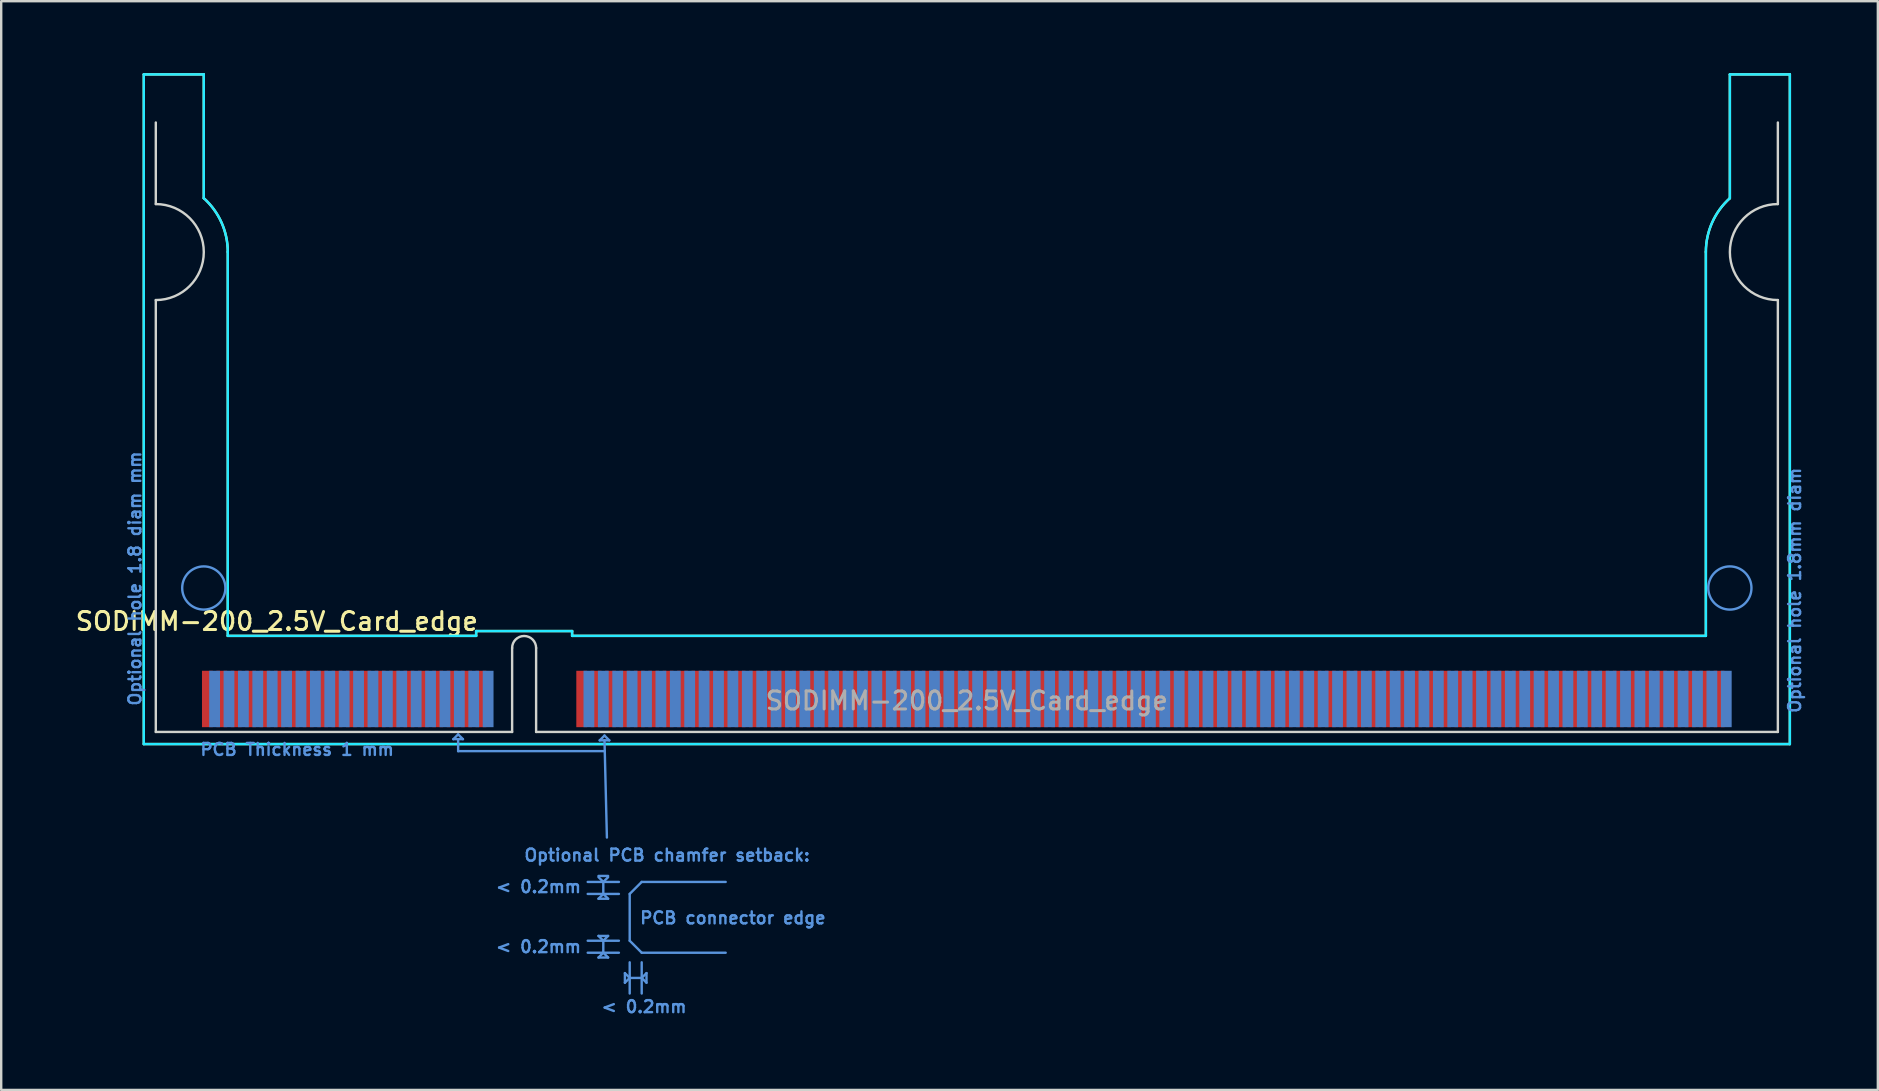
<source format=kicad_pcb>
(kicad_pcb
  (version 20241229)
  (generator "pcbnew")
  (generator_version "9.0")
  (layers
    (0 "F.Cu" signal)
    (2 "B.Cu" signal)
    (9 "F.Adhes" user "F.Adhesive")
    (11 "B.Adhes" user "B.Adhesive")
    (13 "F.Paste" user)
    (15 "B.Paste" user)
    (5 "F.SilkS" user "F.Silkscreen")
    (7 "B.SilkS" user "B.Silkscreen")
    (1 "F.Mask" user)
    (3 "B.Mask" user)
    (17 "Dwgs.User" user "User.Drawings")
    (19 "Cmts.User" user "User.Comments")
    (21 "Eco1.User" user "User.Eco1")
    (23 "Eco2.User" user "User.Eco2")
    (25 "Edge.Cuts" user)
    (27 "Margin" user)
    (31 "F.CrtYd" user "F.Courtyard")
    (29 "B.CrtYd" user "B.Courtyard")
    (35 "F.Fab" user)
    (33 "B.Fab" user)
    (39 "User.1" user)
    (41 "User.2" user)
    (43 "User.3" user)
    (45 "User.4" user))
  (footprint "SODIMM-200_2.5V_Card_edge"
    (layer "F.Cu")
    (at 5.593 26.08)
    (property "Reference" "SODIMM-200_2.5V_Card_edge" (at 2.895 -3.235 0) (layer "F.SilkS") (effects (font (size 0.75 0.75) (thickness 0.125))))
    (attr exclude_from_pos_files exclude_from_bom allow_soldermask_bridges)
    (fp_rect (start -0.352 -1.302) (end 12.7 1.302) (stroke (width 0) (type solid)) (fill yes) (layer "F.Mask"))
    (fp_rect (start 13.7 -1.302) (end 63.352 1.302) (stroke (width 0) (type solid)) (fill yes) (layer "F.Mask"))
    (fp_rect (start -0.052 -1.302) (end 12.7 1.302) (stroke (width 0) (type solid)) (fill yes) (layer "B.Mask"))
    (fp_rect (start 13.7 -1.302) (end 63.652 1.302) (stroke (width 0) (type solid)) (fill yes) (layer "B.Mask"))
    (fp_line (start -2.65 -26.03) (end -2.65 1.88) (stroke (width 0.1) (type default)) (layer "F.SilkS"))
    (fp_line (start -2.65 -26.03) (end -0.15 -26.03) (stroke (width 0.1) (type default)) (layer "F.SilkS"))
    (fp_line (start -0.15 -20.87) (end -0.15 -26.03) (stroke (width 0.1) (type default)) (layer "F.SilkS"))
    (fp_line (start 0.85 -2.63) (end 0.85 -18.63) (stroke (width 0.1) (type default)) (layer "F.SilkS"))
    (fp_line (start 0.85 -2.63) (end 11.2 -2.63) (stroke (width 0.1) (type default)) (layer "F.SilkS"))
    (fp_line (start 11.2 -2.83) (end 15.2 -2.83) (stroke (width 0.1) (type default)) (layer "F.SilkS"))
    (fp_line (start 11.2 -2.63) (end 11.2 -2.83) (stroke (width 0.1) (type default)) (layer "F.SilkS"))
    (fp_line (start 15.2 -2.83) (end 15.2 -2.63) (stroke (width 0.1) (type default)) (layer "F.SilkS"))
    (fp_line (start 15.2 -2.63) (end 62.45 -2.63) (stroke (width 0.1) (type default)) (layer "F.SilkS"))
    (fp_line (start 62.45 -2.63) (end 62.45 -18.63) (stroke (width 0.1) (type default)) (layer "F.SilkS"))
    (fp_line (start 63.45 -20.87) (end 63.45 -26.03) (stroke (width 0.1) (type default)) (layer "F.SilkS"))
    (fp_line (start 65.95 -26.03) (end 63.45 -26.03) (stroke (width 0.1) (type default)) (layer "F.SilkS"))
    (fp_line (start 65.95 -26.03) (end 65.95 1.88) (stroke (width 0.1) (type default)) (layer "F.SilkS"))
    (fp_line (start 65.95 1.88) (end -2.65 1.88) (stroke (width 0.1) (type default)) (layer "F.SilkS"))
    (fp_arc (start -0.15 -20.87) (mid 0.588474 -19.856462) (end 0.85 -18.63) (stroke (width 0.1) (type default)) (layer "F.SilkS"))
    (fp_arc (start 62.45 -18.63) (mid 62.711526 -19.856462) (end 63.45 -20.87) (stroke (width 0.1) (type default)) (layer "F.SilkS"))
    (fp_line (start 10.25 1.675) (end 10.45 1.475) (stroke (width 0.1) (type default)) (layer "Cmts.User"))
    (fp_line (start 10.45 1.475) (end 10.65 1.675) (stroke (width 0.1) (type default)) (layer "Cmts.User"))
    (fp_line (start 10.45 1.675) (end 10.45 2.175) (stroke (width 0.1) (type default)) (layer "Cmts.User"))
    (fp_line (start 10.45 2.175) (end 16.55 2.175) (stroke (width 0.1) (type default)) (layer "Cmts.User"))
    (fp_line (start 10.65 1.675) (end 10.25 1.675) (stroke (width 0.1) (type default)) (layer "Cmts.User"))
    (fp_line (start 15.85 7.625) (end 17.15 7.625) (stroke (width 0.1) (type default)) (layer "Cmts.User"))
    (fp_line (start 15.85 8.125) (end 17.15 8.125) (stroke (width 0.1) (type default)) (layer "Cmts.User"))
    (fp_line (start 15.85 10.075) (end 17.15 10.075) (stroke (width 0.1) (type default)) (layer "Cmts.User"))
    (fp_line (start 15.85 10.575) (end 17.15 10.575) (stroke (width 0.1) (type default)) (layer "Cmts.User"))
    (fp_line (start 16.3 7.375) (end 16.7 7.375) (stroke (width 0.1) (type default)) (layer "Cmts.User"))
    (fp_line (start 16.3 8.325) (end 16.5 8.125) (stroke (width 0.1) (type default)) (layer "Cmts.User"))
    (fp_line (start 16.3 9.875) (end 16.7 9.875) (stroke (width 0.1) (type default)) (layer "Cmts.User"))
    (fp_line (start 16.3 10.775) (end 16.5 10.575) (stroke (width 0.1) (type default)) (layer "Cmts.User"))
    (fp_line (start 16.35 1.725) (end 16.55 1.525) (stroke (width 0.1) (type default)) (layer "Cmts.User"))
    (fp_line (start 16.5 7.625) (end 16.3 7.425) (stroke (width 0.1) (type default)) (layer "Cmts.User"))
    (fp_line (start 16.5 8.125) (end 16.5 7.625) (stroke (width 0.1) (type default)) (layer "Cmts.User"))
    (fp_line (start 16.5 8.125) (end 16.7 8.325) (stroke (width 0.1) (type default)) (layer "Cmts.User"))
    (fp_line (start 16.5 10.075) (end 16.3 9.875) (stroke (width 0.1) (type default)) (layer "Cmts.User"))
    (fp_line (start 16.5 10.575) (end 16.5 10.075) (stroke (width 0.1) (type default)) (layer "Cmts.User"))
    (fp_line (start 16.5 10.575) (end 16.7 10.775) (stroke (width 0.1) (type default)) (layer "Cmts.User"))
    (fp_line (start 16.55 1.525) (end 16.75 1.725) (stroke (width 0.1) (type default)) (layer "Cmts.User"))
    (fp_line (start 16.55 1.725) (end 16.65 5.775) (stroke (width 0.1) (type default)) (layer "Cmts.User"))
    (fp_line (start 16.7 7.425) (end 16.5 7.625) (stroke (width 0.1) (type default)) (layer "Cmts.User"))
    (fp_line (start 16.7 8.325) (end 16.3 8.325) (stroke (width 0.1) (type default)) (layer "Cmts.User"))
    (fp_line (start 16.7 9.875) (end 16.5 10.075) (stroke (width 0.1) (type default)) (layer "Cmts.User"))
    (fp_line (start 16.7 10.775) (end 16.3 10.775) (stroke (width 0.1) (type default)) (layer "Cmts.User"))
    (fp_line (start 16.75 1.725) (end 16.35 1.725) (stroke (width 0.1) (type default)) (layer "Cmts.User"))
    (fp_line (start 17.4 11.425) (end 17.6 11.625) (stroke (width 0.1) (type default)) (layer "Cmts.User"))
    (fp_line (start 17.4 11.825) (end 17.4 11.425) (stroke (width 0.1) (type default)) (layer "Cmts.User"))
    (fp_line (start 17.6 8.125) (end 17.6 10.075) (stroke (width 0.1) (type default)) (layer "Cmts.User"))
    (fp_line (start 17.6 10.975) (end 17.6 12.275) (stroke (width 0.1) (type default)) (layer "Cmts.User"))
    (fp_line (start 17.6 11.625) (end 17.4 11.825) (stroke (width 0.1) (type default)) (layer "Cmts.User"))
    (fp_line (start 17.6 11.625) (end 18.1 11.625) (stroke (width 0.1) (type default)) (layer "Cmts.User"))
    (fp_line (start 18.1 7.625) (end 17.6 8.125) (stroke (width 0.1) (type default)) (layer "Cmts.User"))
    (fp_line (start 18.1 7.625) (end 21.6 7.625) (stroke (width 0.1) (type default)) (layer "Cmts.User"))
    (fp_line (start 18.1 10.575) (end 17.6 10.075) (stroke (width 0.1) (type default)) (layer "Cmts.User"))
    (fp_line (start 18.1 10.575) (end 21.6 10.575) (stroke (width 0.1) (type default)) (layer "Cmts.User"))
    (fp_line (start 18.1 10.975) (end 18.1 12.275) (stroke (width 0.1) (type default)) (layer "Cmts.User"))
    (fp_line (start 18.1 11.625) (end 18.3 11.425) (stroke (width 0.1) (type default)) (layer "Cmts.User"))
    (fp_line (start 18.3 11.425) (end 18.3 11.825) (stroke (width 0.1) (type default)) (layer "Cmts.User"))
    (fp_line (start 18.3 11.825) (end 18.1 11.625) (stroke (width 0.1) (type default)) (layer "Cmts.User"))
    (fp_circle (center -0.15 -4.625) (end 0.75 -4.625) (stroke (width 0.1) (type default)) (fill no) (layer "Cmts.User"))
    (fp_circle (center 63.45 -4.625) (end 64.35 -4.625) (stroke (width 0.1) (type default)) (fill no) (layer "Cmts.User"))
    (fp_line (start -2.15 -20.625) (end -2.15 -24.025) (stroke (width 0.1) (type default)) (layer "Edge.Cuts"))
    (fp_line (start -2.15 1.375) (end -2.15 -16.625) (stroke (width 0.1) (type solid)) (layer "Edge.Cuts"))
    (fp_line (start 12.7 1.375) (end -2.15 1.375) (stroke (width 0.1) (type default)) (layer "Edge.Cuts"))
    (fp_line (start 12.7 1.375) (end 12.7 -2.125) (stroke (width 0.1) (type solid)) (layer "Edge.Cuts"))
    (fp_line (start 13.7 -2.125) (end 13.7 1.375) (stroke (width 0.1) (type solid)) (layer "Edge.Cuts"))
    (fp_line (start 13.7 1.375) (end 65.45 1.375) (stroke (width 0.1) (type default)) (layer "Edge.Cuts"))
    (fp_line (start 65.45 -20.625) (end 65.45 -24.025) (stroke (width 0.1) (type default)) (layer "Edge.Cuts"))
    (fp_line (start 65.45 1.375) (end 65.45 -16.625) (stroke (width 0.1) (type solid)) (layer "Edge.Cuts"))
    (fp_arc (start -2.15 -20.625) (mid -0.15 -18.625) (end -2.15 -16.625) (stroke (width 0.1) (type solid)) (layer "Edge.Cuts"))
    (fp_arc (start 12.7 -2.125) (mid 13.2 -2.625) (end 13.7 -2.125) (stroke (width 0.1) (type solid)) (layer "Edge.Cuts"))
    (fp_arc (start 65.45 -16.625) (mid 63.45 -18.625) (end 65.45 -20.625) (stroke (width 0.1) (type solid)) (layer "Edge.Cuts"))
    (fp_line (start -2.65 -26.03) (end -2.65 1.88) (stroke (width 0.1) (type default)) (layer "B.CrtYd"))
    (fp_line (start -2.65 -26.03) (end -0.15 -26.03) (stroke (width 0.1) (type default)) (layer "B.CrtYd"))
    (fp_line (start -0.15 -20.87) (end -0.15 -26.03) (stroke (width 0.1) (type default)) (layer "B.CrtYd"))
    (fp_line (start 0.85 -18.63) (end 0.85 -2.63) (stroke (width 0.1) (type default)) (layer "B.CrtYd"))
    (fp_line (start 0.85 -2.63) (end 11.2 -2.63) (stroke (width 0.1) (type default)) (layer "B.CrtYd"))
    (fp_line (start 11.2 -2.83) (end 15.2 -2.83) (stroke (width 0.1) (type default)) (layer "B.CrtYd"))
    (fp_line (start 11.2 -2.63) (end 11.2 -2.83) (stroke (width 0.1) (type default)) (layer "B.CrtYd"))
    (fp_line (start 15.2 -2.83) (end 15.2 -2.63) (stroke (width 0.1) (type default)) (layer "B.CrtYd"))
    (fp_line (start 15.2 -2.63) (end 62.45 -2.63) (stroke (width 0.1) (type default)) (layer "B.CrtYd"))
    (fp_line (start 62.45 -18.63) (end 62.45 -2.63) (stroke (width 0.1) (type default)) (layer "B.CrtYd"))
    (fp_line (start 63.45 -20.87) (end 63.45 -26.03) (stroke (width 0.1) (type default)) (layer "B.CrtYd"))
    (fp_line (start 65.95 -26.03) (end 63.45 -26.03) (stroke (width 0.1) (type default)) (layer "B.CrtYd"))
    (fp_line (start 65.95 -26.03) (end 65.95 1.88) (stroke (width 0.1) (type default)) (layer "B.CrtYd"))
    (fp_line (start 65.95 1.88) (end -2.65 1.88) (stroke (width 0.1) (type default)) (layer "B.CrtYd"))
    (fp_arc (start -0.15 -20.87) (mid 0.588474 -19.856462) (end 0.85 -18.63) (stroke (width 0.1) (type default)) (layer "B.CrtYd"))
    (fp_arc (start 62.45 -18.63) (mid 62.711526 -19.856462) (end 63.45 -20.87) (stroke (width 0.1) (type default)) (layer "B.CrtYd"))
    (fp_text user "PCB Thickness 1 mm" (at 3.74 2.105 180) (layer "Cmts.User") (effects (font (size 0.5 0.5) (thickness 0.1))))
    (fp_text user "Optional PCB chamfer setback:" (at 19.16 6.51 180) (layer "Cmts.User") (effects (font (size 0.5 0.5) (thickness 0.1))))
    (fp_text user "< 0.2mm" (at 13.8 10.325 180) (layer "Cmts.User") (effects (font (size 0.5 0.5) (thickness 0.1))))
    (fp_text user "Optional hole 1.8mm diam" (at 66.15 -4.53 90) (unlocked yes) (layer "Cmts.User") (effects (font (size 0.5 0.5) (thickness 0.1))))
    (fp_text user "Optional hole 1.8 diam mm" (at -3.02 -5.02 90) (unlocked yes) (layer "Cmts.User") (effects (font (size 0.5 0.5) (thickness 0.1))))
    (fp_text user "< 0.2mm" (at 18.2 12.825 180) (layer "Cmts.User") (effects (font (size 0.5 0.5) (thickness 0.1))))
    (fp_text user "PCB connector edge" (at 21.9 9.125 180) (layer "Cmts.User") (effects (font (size 0.5 0.5) (thickness 0.1))))
    (fp_text user "< 0.2mm" (at 13.8 7.825 180) (layer "Cmts.User") (effects (font (size 0.5 0.5) (thickness 0.1))))
    (fp_text user "${REFERENCE}" (at 31.65 0.075 0) (layer "F.Fab") (effects (font (size 0.75 0.75) (thickness 0.125))))
    (pad "1" connect rect (at 0 0) (size 0.45 2.35) (layers "F.Cu" "F.Mask"))
    (pad "2" connect rect (at 0.3 0) (size 0.45 2.35) (layers "B.Cu" "B.Mask"))
    (pad "3" connect rect (at 0.6 0) (size 0.45 2.35) (layers "F.Cu" "F.Mask"))
    (pad "4" connect rect (at 0.9 0) (size 0.45 2.35) (layers "B.Cu" "B.Mask"))
    (pad "5" connect rect (at 1.2 0) (size 0.45 2.35) (layers "F.Cu" "F.Mask"))
    (pad "6" connect rect (at 1.5 0) (size 0.45 2.35) (layers "B.Cu" "B.Mask"))
    (pad "7" connect rect (at 1.8 0) (size 0.45 2.35) (layers "F.Cu" "F.Mask"))
    (pad "8" connect rect (at 2.1 0) (size 0.45 2.35) (layers "B.Cu" "B.Mask"))
    (pad "9" connect rect (at 2.4 0) (size 0.45 2.35) (layers "F.Cu" "F.Mask"))
    (pad "10" connect rect (at 2.7 0) (size 0.45 2.35) (layers "B.Cu" "B.Mask"))
    (pad "11" connect rect (at 3 0) (size 0.45 2.35) (layers "F.Cu" "F.Mask"))
    (pad "12" connect rect (at 3.3 0) (size 0.45 2.35) (layers "B.Cu" "B.Mask"))
    (pad "13" connect rect (at 3.6 0) (size 0.45 2.35) (layers "F.Cu" "F.Mask"))
    (pad "14" connect rect (at 3.9 0) (size 0.45 2.35) (layers "B.Cu" "B.Mask"))
    (pad "15" connect rect (at 4.2 0) (size 0.45 2.35) (layers "F.Cu" "F.Mask"))
    (pad "16" connect rect (at 4.5 0) (size 0.45 2.35) (layers "B.Cu" "B.Mask"))
    (pad "17" connect rect (at 4.8 0) (size 0.45 2.35) (layers "F.Cu" "F.Mask"))
    (pad "18" connect rect (at 5.1 0) (size 0.45 2.35) (layers "B.Cu" "B.Mask"))
    (pad "19" connect rect (at 5.4 0) (size 0.45 2.35) (layers "F.Cu" "F.Mask"))
    (pad "20" connect rect (at 5.7 0) (size 0.45 2.35) (layers "B.Cu" "B.Mask"))
    (pad "21" connect rect (at 6 0) (size 0.45 2.35) (layers "F.Cu" "F.Mask"))
    (pad "22" connect rect (at 6.3 0) (size 0.45 2.35) (layers "B.Cu" "B.Mask"))
    (pad "23" connect rect (at 6.6 0) (size 0.45 2.35) (layers "F.Cu" "F.Mask"))
    (pad "24" connect rect (at 6.9 0) (size 0.45 2.35) (layers "B.Cu" "B.Mask"))
    (pad "25" connect rect (at 7.2 0) (size 0.45 2.35) (layers "F.Cu" "F.Mask"))
    (pad "26" connect rect (at 7.5 0) (size 0.45 2.35) (layers "B.Cu" "B.Mask"))
    (pad "27" connect rect (at 7.8 0) (size 0.45 2.35) (layers "F.Cu" "F.Mask"))
    (pad "28" connect rect (at 8.1 0) (size 0.45 2.35) (layers "B.Cu" "B.Mask"))
    (pad "29" connect rect (at 8.4 0) (size 0.45 2.35) (layers "F.Cu" "F.Mask"))
    (pad "30" connect rect (at 8.7 0) (size 0.45 2.35) (layers "B.Cu" "B.Mask"))
    (pad "31" connect rect (at 9 0) (size 0.45 2.35) (layers "F.Cu" "F.Mask"))
    (pad "32" connect rect (at 9.3 0) (size 0.45 2.35) (layers "B.Cu" "B.Mask"))
    (pad "33" connect rect (at 9.6 0) (size 0.45 2.35) (layers "F.Cu" "F.Mask"))
    (pad "34" connect rect (at 9.9 0) (size 0.45 2.35) (layers "B.Cu" "B.Mask"))
    (pad "35" connect rect (at 10.2 0) (size 0.45 2.35) (layers "F.Cu" "F.Mask"))
    (pad "36" connect rect (at 10.5 0) (size 0.45 2.35) (layers "B.Cu" "B.Mask"))
    (pad "37" connect rect (at 10.8 0) (size 0.45 2.35) (layers "F.Cu" "F.Mask"))
    (pad "38" connect rect (at 11.1 0) (size 0.45 2.35) (layers "B.Cu" "B.Mask"))
    (pad "39" connect rect (at 11.4 0) (size 0.45 2.35) (layers "F.Cu" "F.Mask"))
    (pad "40" connect rect (at 11.7 0) (size 0.45 2.35) (layers "B.Cu" "B.Mask"))
    (pad "41" connect rect (at 15.6 0) (size 0.45 2.35) (layers "F.Cu" "F.Mask"))
    (pad "42" connect rect (at 15.9 0) (size 0.45 2.35) (layers "B.Cu" "B.Mask"))
    (pad "43" connect rect (at 16.2 0) (size 0.45 2.35) (layers "F.Cu" "F.Mask"))
    (pad "44" connect rect (at 16.5 0) (size 0.45 2.35) (layers "B.Cu" "B.Mask"))
    (pad "45" connect rect (at 16.8 0) (size 0.45 2.35) (layers "F.Cu" "F.Mask"))
    (pad "46" connect rect (at 17.1 0) (size 0.45 2.35) (layers "B.Cu" "B.Mask"))
    (pad "47" connect rect (at 17.4 0) (size 0.45 2.35) (layers "F.Cu" "F.Mask"))
    (pad "48" connect rect (at 17.7 0) (size 0.45 2.35) (layers "B.Cu" "B.Mask"))
    (pad "49" connect rect (at 18 0) (size 0.45 2.35) (layers "F.Cu" "F.Mask"))
    (pad "50" connect rect (at 18.3 0) (size 0.45 2.35) (layers "B.Cu" "B.Mask"))
    (pad "51" connect rect (at 18.6 0) (size 0.45 2.35) (layers "F.Cu" "F.Mask"))
    (pad "52" connect rect (at 18.9 0) (size 0.45 2.35) (layers "B.Cu" "B.Mask"))
    (pad "53" connect rect (at 19.2 0) (size 0.45 2.35) (layers "F.Cu" "F.Mask"))
    (pad "54" connect rect (at 19.5 0) (size 0.45 2.35) (layers "B.Cu" "B.Mask"))
    (pad "55" connect rect (at 19.8 0) (size 0.45 2.35) (layers "F.Cu" "F.Mask"))
    (pad "56" connect rect (at 20.1 0) (size 0.45 2.35) (layers "B.Cu" "B.Mask"))
    (pad "57" connect rect (at 20.4 0) (size 0.45 2.35) (layers "F.Cu" "F.Mask"))
    (pad "58" connect rect (at 20.7 0) (size 0.45 2.35) (layers "B.Cu" "B.Mask"))
    (pad "59" connect rect (at 21 0) (size 0.45 2.35) (layers "F.Cu" "F.Mask"))
    (pad "60" connect rect (at 21.3 0) (size 0.45 2.35) (layers "B.Cu" "B.Mask"))
    (pad "61" connect rect (at 21.6 0) (size 0.45 2.35) (layers "F.Cu" "F.Mask"))
    (pad "62" connect rect (at 21.9 0) (size 0.45 2.35) (layers "B.Cu" "B.Mask"))
    (pad "63" connect rect (at 22.2 0) (size 0.45 2.35) (layers "F.Cu" "F.Mask"))
    (pad "64" connect rect (at 22.5 0) (size 0.45 2.35) (layers "B.Cu" "B.Mask"))
    (pad "65" connect rect (at 22.8 0) (size 0.45 2.35) (layers "F.Cu" "F.Mask"))
    (pad "66" connect rect (at 23.1 0) (size 0.45 2.35) (layers "B.Cu" "B.Mask"))
    (pad "67" connect rect (at 23.4 0) (size 0.45 2.35) (layers "F.Cu" "F.Mask"))
    (pad "68" connect rect (at 23.7 0) (size 0.45 2.35) (layers "B.Cu" "B.Mask"))
    (pad "69" connect rect (at 24 0) (size 0.45 2.35) (layers "F.Cu" "F.Mask"))
    (pad "70" connect rect (at 24.3 0) (size 0.45 2.35) (layers "B.Cu" "B.Mask"))
    (pad "71" connect rect (at 24.6 0) (size 0.45 2.35) (layers "F.Cu" "F.Mask"))
    (pad "72" connect rect (at 24.9 0) (size 0.45 2.35) (layers "B.Cu" "B.Mask"))
    (pad "73" connect rect (at 25.2 0) (size 0.45 2.35) (layers "F.Cu" "F.Mask"))
    (pad "74" connect rect (at 25.5 0) (size 0.45 2.35) (layers "B.Cu" "B.Mask"))
    (pad "75" connect rect (at 25.8 0) (size 0.45 2.35) (layers "F.Cu" "F.Mask"))
    (pad "76" connect rect (at 26.1 0) (size 0.45 2.35) (layers "B.Cu" "B.Mask"))
    (pad "77" connect rect (at 26.4 0) (size 0.45 2.35) (layers "F.Cu" "F.Mask"))
    (pad "78" connect rect (at 26.7 0) (size 0.45 2.35) (layers "B.Cu" "B.Mask"))
    (pad "79" connect rect (at 27 0) (size 0.45 2.35) (layers "F.Cu" "F.Mask"))
    (pad "80" connect rect (at 27.3 0) (size 0.45 2.35) (layers "B.Cu" "B.Mask"))
    (pad "81" connect rect (at 27.6 0) (size 0.45 2.35) (layers "F.Cu" "F.Mask"))
    (pad "82" connect rect (at 27.9 0) (size 0.45 2.35) (layers "B.Cu" "B.Mask"))
    (pad "83" connect rect (at 28.2 0) (size 0.45 2.35) (layers "F.Cu" "F.Mask"))
    (pad "84" connect rect (at 28.5 0) (size 0.45 2.35) (layers "B.Cu" "B.Mask"))
    (pad "85" connect rect (at 28.8 0) (size 0.45 2.35) (layers "F.Cu" "F.Mask"))
    (pad "86" connect rect (at 29.1 0) (size 0.45 2.35) (layers "B.Cu" "B.Mask"))
    (pad "87" connect rect (at 29.4 0) (size 0.45 2.35) (layers "F.Cu" "F.Mask"))
    (pad "88" connect rect (at 29.7 0) (size 0.45 2.35) (layers "B.Cu" "B.Mask"))
    (pad "89" connect rect (at 30 0) (size 0.45 2.35) (layers "F.Cu" "F.Mask"))
    (pad "90" connect rect (at 30.3 0) (size 0.45 2.35) (layers "B.Cu" "B.Mask"))
    (pad "91" connect rect (at 30.6 0) (size 0.45 2.35) (layers "F.Cu" "F.Mask"))
    (pad "92" connect rect (at 30.9 0) (size 0.45 2.35) (layers "B.Cu" "B.Mask"))
    (pad "93" connect rect (at 31.2 0) (size 0.45 2.35) (layers "F.Cu" "F.Mask"))
    (pad "94" connect rect (at 31.5 0) (size 0.45 2.35) (layers "B.Cu" "B.Mask"))
    (pad "95" connect rect (at 31.8 0) (size 0.45 2.35) (layers "F.Cu" "F.Mask"))
    (pad "96" connect rect (at 32.1 0) (size 0.45 2.35) (layers "B.Cu" "B.Mask"))
    (pad "97" connect rect (at 32.4 0) (size 0.45 2.35) (layers "F.Cu" "F.Mask"))
    (pad "98" connect rect (at 32.7 0) (size 0.45 2.35) (layers "B.Cu" "B.Mask"))
    (pad "99" connect rect (at 33 0) (size 0.45 2.35) (layers "F.Cu" "F.Mask"))
    (pad "100" connect rect (at 33.3 0) (size 0.45 2.35) (layers "B.Cu" "B.Mask"))
    (pad "101" connect rect (at 33.6 0) (size 0.45 2.35) (layers "F.Cu" "F.Mask"))
    (pad "102" connect rect (at 33.9 0) (size 0.45 2.35) (layers "B.Cu" "B.Mask"))
    (pad "103" connect rect (at 34.2 0) (size 0.45 2.35) (layers "F.Cu" "F.Mask"))
    (pad "104" connect rect (at 34.5 0) (size 0.45 2.35) (layers "B.Cu" "B.Mask"))
    (pad "105" connect rect (at 34.8 0) (size 0.45 2.35) (layers "F.Cu" "F.Mask"))
    (pad "106" connect rect (at 35.1 0) (size 0.45 2.35) (layers "B.Cu" "B.Mask"))
    (pad "107" connect rect (at 35.4 0) (size 0.45 2.35) (layers "F.Cu" "F.Mask"))
    (pad "108" connect rect (at 35.7 0) (size 0.45 2.35) (layers "B.Cu" "B.Mask"))
    (pad "109" connect rect (at 36 0) (size 0.45 2.35) (layers "F.Cu" "F.Mask"))
    (pad "110" connect rect (at 36.3 0) (size 0.45 2.35) (layers "B.Cu" "B.Mask"))
    (pad "111" connect rect (at 36.6 0) (size 0.45 2.35) (layers "F.Cu" "F.Mask"))
    (pad "112" connect rect (at 36.9 0) (size 0.45 2.35) (layers "B.Cu" "B.Mask"))
    (pad "113" connect rect (at 37.2 0) (size 0.45 2.35) (layers "F.Cu" "F.Mask"))
    (pad "114" connect rect (at 37.5 0) (size 0.45 2.35) (layers "B.Cu" "B.Mask"))
    (pad "115" connect rect (at 37.8 0) (size 0.45 2.35) (layers "F.Cu" "F.Mask"))
    (pad "116" connect rect (at 38.1 0) (size 0.45 2.35) (layers "B.Cu" "B.Mask"))
    (pad "117" connect rect (at 38.4 0) (size 0.45 2.35) (layers "F.Cu" "F.Mask"))
    (pad "118" connect rect (at 38.7 0) (size 0.45 2.35) (layers "B.Cu" "B.Mask"))
    (pad "119" connect rect (at 39 0) (size 0.45 2.35) (layers "F.Cu" "F.Mask"))
    (pad "120" connect rect (at 39.3 0) (size 0.45 2.35) (layers "B.Cu" "B.Mask"))
    (pad "121" connect rect (at 39.6 0) (size 0.45 2.35) (layers "F.Cu" "F.Mask"))
    (pad "122" connect rect (at 39.9 0) (size 0.45 2.35) (layers "B.Cu" "B.Mask"))
    (pad "123" connect rect (at 40.2 0) (size 0.45 2.35) (layers "F.Cu" "F.Mask"))
    (pad "124" connect rect (at 40.5 0) (size 0.45 2.35) (layers "B.Cu" "B.Mask"))
    (pad "125" connect rect (at 40.8 0) (size 0.45 2.35) (layers "F.Cu" "F.Mask"))
    (pad "126" connect rect (at 41.1 0) (size 0.45 2.35) (layers "B.Cu" "B.Mask"))
    (pad "127" connect rect (at 41.4 0) (size 0.45 2.35) (layers "F.Cu" "F.Mask"))
    (pad "128" connect rect (at 41.7 0) (size 0.45 2.35) (layers "B.Cu" "B.Mask"))
    (pad "129" connect rect (at 42 0) (size 0.45 2.35) (layers "F.Cu" "F.Mask"))
    (pad "130" connect rect (at 42.3 0) (size 0.45 2.35) (layers "B.Cu" "B.Mask"))
    (pad "131" connect rect (at 42.6 0) (size 0.45 2.35) (layers "F.Cu" "F.Mask"))
    (pad "132" connect rect (at 42.9 0) (size 0.45 2.35) (layers "B.Cu" "B.Mask"))
    (pad "133" connect rect (at 43.2 0) (size 0.45 2.35) (layers "F.Cu" "F.Mask"))
    (pad "134" connect rect (at 43.5 0) (size 0.45 2.35) (layers "B.Cu" "B.Mask"))
    (pad "135" connect rect (at 43.8 0) (size 0.45 2.35) (layers "F.Cu" "F.Mask"))
    (pad "136" connect rect (at 44.1 0) (size 0.45 2.35) (layers "B.Cu" "B.Mask"))
    (pad "137" connect rect (at 44.4 0) (size 0.45 2.35) (layers "F.Cu" "F.Mask"))
    (pad "138" connect rect (at 44.7 0) (size 0.45 2.35) (layers "B.Cu" "B.Mask"))
    (pad "139" connect rect (at 45 0) (size 0.45 2.35) (layers "F.Cu" "F.Mask"))
    (pad "140" connect rect (at 45.3 0) (size 0.45 2.35) (layers "B.Cu" "B.Mask"))
    (pad "141" connect rect (at 45.6 0) (size 0.45 2.35) (layers "F.Cu" "F.Mask"))
    (pad "142" connect rect (at 45.9 0) (size 0.45 2.35) (layers "B.Cu" "B.Mask"))
    (pad "143" connect rect (at 46.2 0) (size 0.45 2.35) (layers "F.Cu" "F.Mask"))
    (pad "144" connect rect (at 46.5 0) (size 0.45 2.35) (layers "B.Cu" "B.Mask"))
    (pad "145" connect rect (at 46.8 0) (size 0.45 2.35) (layers "F.Cu" "F.Mask"))
    (pad "146" connect rect (at 47.1 0) (size 0.45 2.35) (layers "B.Cu" "B.Mask"))
    (pad "147" connect rect (at 47.4 0) (size 0.45 2.35) (layers "F.Cu" "F.Mask"))
    (pad "148" connect rect (at 47.7 0) (size 0.45 2.35) (layers "B.Cu" "B.Mask"))
    (pad "149" connect rect (at 48 0) (size 0.45 2.35) (layers "F.Cu" "F.Mask"))
    (pad "150" connect rect (at 48.3 0) (size 0.45 2.35) (layers "B.Cu" "B.Mask"))
    (pad "151" connect rect (at 48.6 0) (size 0.45 2.35) (layers "F.Cu" "F.Mask"))
    (pad "152" connect rect (at 48.9 0) (size 0.45 2.35) (layers "B.Cu" "B.Mask"))
    (pad "153" connect rect (at 49.2 0) (size 0.45 2.35) (layers "F.Cu" "F.Mask"))
    (pad "154" connect rect (at 49.5 0) (size 0.45 2.35) (layers "B.Cu" "B.Mask"))
    (pad "155" connect rect (at 49.8 0) (size 0.45 2.35) (layers "F.Cu" "F.Mask"))
    (pad "156" connect rect (at 50.1 0) (size 0.45 2.35) (layers "B.Cu" "B.Mask"))
    (pad "157" connect rect (at 50.4 0) (size 0.45 2.35) (layers "F.Cu" "F.Mask"))
    (pad "158" connect rect (at 50.7 0) (size 0.45 2.35) (layers "B.Cu" "B.Mask"))
    (pad "159" connect rect (at 51 0) (size 0.45 2.35) (layers "F.Cu" "F.Mask"))
    (pad "160" connect rect (at 51.3 0) (size 0.45 2.35) (layers "B.Cu" "B.Mask"))
    (pad "161" connect rect (at 51.6 0) (size 0.45 2.35) (layers "F.Cu" "F.Mask"))
    (pad "162" connect rect (at 51.9 0) (size 0.45 2.35) (layers "B.Cu" "B.Mask"))
    (pad "163" connect rect (at 52.2 0) (size 0.45 2.35) (layers "F.Cu" "F.Mask"))
    (pad "164" connect rect (at 52.5 0) (size 0.45 2.35) (layers "B.Cu" "B.Mask"))
    (pad "165" connect rect (at 52.8 0) (size 0.45 2.35) (layers "F.Cu" "F.Mask"))
    (pad "166" connect rect (at 53.1 0) (size 0.45 2.35) (layers "B.Cu" "B.Mask"))
    (pad "167" connect rect (at 53.4 0) (size 0.45 2.35) (layers "F.Cu" "F.Mask"))
    (pad "168" connect rect (at 53.7 0) (size 0.45 2.35) (layers "B.Cu" "B.Mask"))
    (pad "169" connect rect (at 54 0) (size 0.45 2.35) (layers "F.Cu" "F.Mask"))
    (pad "170" connect rect (at 54.3 0) (size 0.45 2.35) (layers "B.Cu" "B.Mask"))
    (pad "171" connect rect (at 54.6 0) (size 0.45 2.35) (layers "F.Cu" "F.Mask"))
    (pad "172" connect rect (at 54.9 0) (size 0.45 2.35) (layers "B.Cu" "B.Mask"))
    (pad "173" connect rect (at 55.2 0) (size 0.45 2.35) (layers "F.Cu" "F.Mask"))
    (pad "174" connect rect (at 55.5 0) (size 0.45 2.35) (layers "B.Cu" "B.Mask"))
    (pad "175" connect rect (at 55.8 0) (size 0.45 2.35) (layers "F.Cu" "F.Mask"))
    (pad "176" connect rect (at 56.1 0) (size 0.45 2.35) (layers "B.Cu" "B.Mask"))
    (pad "177" connect rect (at 56.4 0) (size 0.45 2.35) (layers "F.Cu" "F.Mask"))
    (pad "178" connect rect (at 56.7 0) (size 0.45 2.35) (layers "B.Cu" "B.Mask"))
    (pad "179" connect rect (at 57 0) (size 0.45 2.35) (layers "F.Cu" "F.Mask"))
    (pad "180" connect rect (at 57.3 0) (size 0.45 2.35) (layers "B.Cu" "B.Mask"))
    (pad "181" connect rect (at 57.6 0) (size 0.45 2.35) (layers "F.Cu" "F.Mask"))
    (pad "182" connect rect (at 57.9 0) (size 0.45 2.35) (layers "B.Cu" "B.Mask"))
    (pad "183" connect rect (at 58.2 0) (size 0.45 2.35) (layers "F.Cu" "F.Mask"))
    (pad "184" connect rect (at 58.5 0) (size 0.45 2.35) (layers "B.Cu" "B.Mask"))
    (pad "185" connect rect (at 58.8 0) (size 0.45 2.35) (layers "F.Cu" "F.Mask"))
    (pad "186" connect rect (at 59.1 0) (size 0.45 2.35) (layers "B.Cu" "B.Mask"))
    (pad "187" connect rect (at 59.4 0) (size 0.45 2.35) (layers "F.Cu" "F.Mask"))
    (pad "188" connect rect (at 59.7 0) (size 0.45 2.35) (layers "B.Cu" "B.Mask"))
    (pad "189" connect rect (at 60 0) (size 0.45 2.35) (layers "F.Cu" "F.Mask"))
    (pad "190" connect rect (at 60.3 0) (size 0.45 2.35) (layers "B.Cu" "B.Mask"))
    (pad "191" connect rect (at 60.6 0) (size 0.45 2.35) (layers "F.Cu" "F.Mask"))
    (pad "192" connect rect (at 60.9 0) (size 0.45 2.35) (layers "B.Cu" "B.Mask"))
    (pad "193" connect rect (at 61.2 0) (size 0.45 2.35) (layers "F.Cu" "F.Mask"))
    (pad "194" connect rect (at 61.5 0) (size 0.45 2.35) (layers "B.Cu" "B.Mask"))
    (pad "195" connect rect (at 61.8 0) (size 0.45 2.35) (layers "F.Cu" "F.Mask"))
    (pad "196" connect rect (at 62.1 0) (size 0.45 2.35) (layers "B.Cu" "B.Mask"))
    (pad "197" connect rect (at 62.4 0) (size 0.45 2.35) (layers "F.Cu" "F.Mask"))
    (pad "198" connect rect (at 62.7 0) (size 0.45 2.35) (layers "B.Cu" "B.Mask"))
    (pad "199" connect rect (at 63 0) (size 0.45 2.35) (layers "F.Cu" "F.Mask"))
    (pad "200" connect rect (at 63.3 0) (size 0.45 2.35) (layers "B.Cu" "B.Mask"))
    (zone (net_name "") (layers "F.Cu" "B.Cu") (hatch edge 0.5) (connect_pads) (min_thickness 0.25) (filled_areas_thickness no) (keepout (tracks not_allowed) (vias not_allowed) (pads not_allowed) (copperpour not_allowed) (footprints allowed)) (placement (enabled no)) (fill) (polygon (pts (xy 3.442 13.48) (xy 5.442 13.48) (xy 5.442 7.455) (xy 3.442 7.455))))
    (zone (net_name "") (layers "F.Cu" "B.Cu") (hatch edge 0.5) (connect_pads) (min_thickness 0.25) (filled_areas_thickness no) (keepout (tracks not_allowed) (vias not_allowed) (pads not_allowed) (copperpour not_allowed) (footprints allowed)) (placement (enabled no)) (fill) (polygon (pts (xy 3.442 24.905) (xy 5.317 24.905) (xy 5.317 27.455) (xy 3.442 27.455))))
    (zone (net_name "") (layers "F.Cu" "B.Cu") (hatch edge 0.5) (connect_pads) (min_thickness 0.25) (filled_areas_thickness no) (keepout (tracks not_allowed) (vias not_allowed) (pads not_allowed) (copperpour not_allowed) (footprints allowed)) (placement (enabled no)) (fill) (polygon (pts (xy 3.442 27.455) (xy 4.442 27.455) (xy 4.442 13.48) (xy 3.442 13.48))))
    (zone (net_name "") (layers "F.Cu" "B.Cu") (hatch edge 0.5) (connect_pads) (min_thickness 0.25) (filled_areas_thickness no) (keepout (tracks not_allowed) (vias not_allowed) (pads not_allowed) (copperpour not_allowed) (footprints allowed)) (placement (enabled no)) (fill) (polygon (pts (xy 17.567 24.905) (xy 20.942 24.905) (xy 20.942 27.455) (xy 17.567 27.455))))
    (zone (net_name "") (layers "F.Cu" "B.Cu") (hatch edge 0.5) (connect_pads) (min_thickness 0.25) (filled_areas_thickness no) (keepout (tracks not_allowed) (vias not_allowed) (pads not_allowed) (copperpour not_allowed) (footprints allowed)) (placement (enabled no)) (fill) (polygon (pts (xy 69.043 13.48) (xy 71.043 13.48) (xy 71.043 7.455) (xy 69.043 7.455))))
    (zone (net_name "") (layers "F.Cu" "B.Cu") (hatch edge 0.5) (connect_pads) (min_thickness 0.25) (filled_areas_thickness no) (keepout (tracks not_allowed) (vias not_allowed) (pads not_allowed) (copperpour not_allowed) (footprints allowed)) (placement (enabled no)) (fill) (polygon (pts (xy 69.168 24.905) (xy 71.043 24.905) (xy 71.043 27.455) (xy 69.168 27.455))))
    (zone (net_name "") (layers "F.Cu" "B.Cu") (hatch edge 0.5) (connect_pads) (min_thickness 0.25) (filled_areas_thickness no) (keepout (tracks not_allowed) (vias not_allowed) (pads not_allowed) (copperpour not_allowed) (footprints allowed)) (placement (enabled no)) (fill) (polygon (pts (xy 70.043 27.455) (xy 71.043 27.455) (xy 71.043 13.48) (xy 70.043 13.48))))
    (zone (net_name "") (layer "In1.Cu") (hatch edge 0.5) (connect_pads) (min_thickness 0.25) (filled_areas_thickness no) (keepout (tracks not_allowed) (vias not_allowed) (pads not_allowed) (copperpour not_allowed) (footprints allowed)) (placement (enabled no)) (fill) (polygon (pts (xy 3.442 9.955) (xy 5.442 9.955) (xy 5.442 7.455) (xy 3.442 7.455))))
    (zone (net_name "") (layer "In1.Cu") (hatch edge 0.5) (connect_pads) (min_thickness 0.25) (filled_areas_thickness no) (keepout (tracks not_allowed) (vias not_allowed) (pads not_allowed) (copperpour not_allowed) (footprints allowed)) (placement (enabled no)) (fill) (polygon (pts (xy 3.442 27.455) (xy 3.442 26.455) (xy 71.043 26.455) (xy 71.043 27.455))))
    (zone (net_name "") (layer "In1.Cu") (hatch edge 0.5) (connect_pads) (min_thickness 0.25) (filled_areas_thickness no) (keepout (tracks not_allowed) (vias not_allowed) (pads not_allowed) (copperpour not_allowed) (footprints allowed)) (placement (enabled no)) (fill) (polygon (pts (xy 3.442 27.455) (xy 3.942 27.455) (xy 3.942 9.955) (xy 3.442 9.955))))
    (zone (net_name "") (layer "In1.Cu") (hatch edge 0.5) (connect_pads) (min_thickness 0.25) (filled_areas_thickness no) (keepout (tracks not_allowed) (vias not_allowed) (pads not_allowed) (copperpour not_allowed) (footprints allowed)) (placement (enabled no)) (fill) (polygon (pts (xy 69.043 9.955) (xy 71.043 9.955) (xy 71.043 7.455) (xy 69.043 7.455))))
    (zone (net_name "") (layer "In1.Cu") (hatch edge 0.5) (connect_pads) (min_thickness 0.25) (filled_areas_thickness no) (keepout (tracks not_allowed) (vias not_allowed) (pads not_allowed) (copperpour not_allowed) (footprints allowed)) (placement (enabled no)) (fill) (polygon (pts (xy 70.543 27.455) (xy 71.043 27.455) (xy 71.043 9.955) (xy 70.543 9.955)))))
  (gr_rect
    (start -3 -3)
    (end 75.21 42.373)
    (stroke (width 0.1) (type default))
    (fill no)
    (layer "Edge.Cuts")))
</source>
